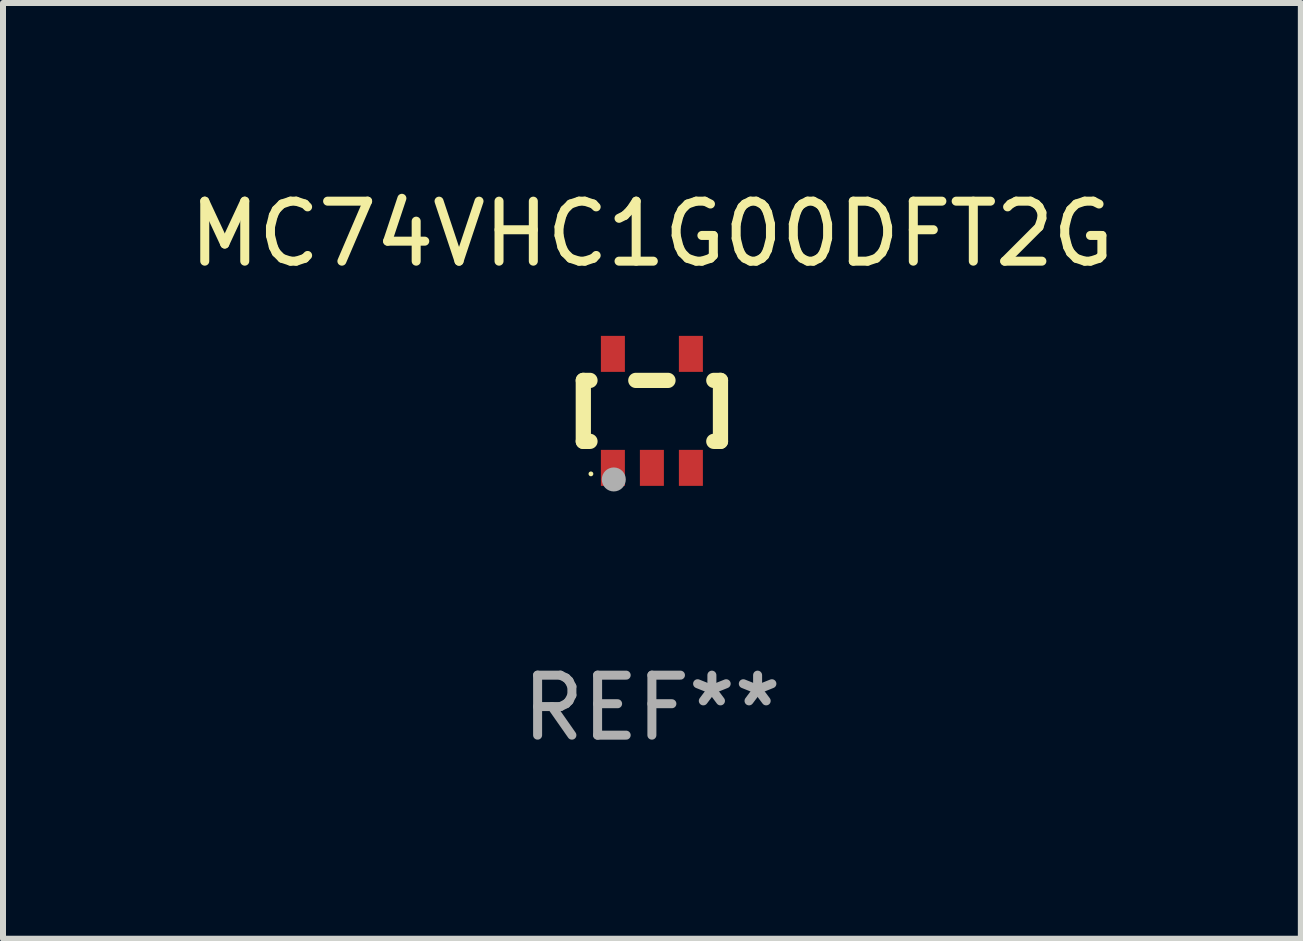
<source format=kicad_pcb>
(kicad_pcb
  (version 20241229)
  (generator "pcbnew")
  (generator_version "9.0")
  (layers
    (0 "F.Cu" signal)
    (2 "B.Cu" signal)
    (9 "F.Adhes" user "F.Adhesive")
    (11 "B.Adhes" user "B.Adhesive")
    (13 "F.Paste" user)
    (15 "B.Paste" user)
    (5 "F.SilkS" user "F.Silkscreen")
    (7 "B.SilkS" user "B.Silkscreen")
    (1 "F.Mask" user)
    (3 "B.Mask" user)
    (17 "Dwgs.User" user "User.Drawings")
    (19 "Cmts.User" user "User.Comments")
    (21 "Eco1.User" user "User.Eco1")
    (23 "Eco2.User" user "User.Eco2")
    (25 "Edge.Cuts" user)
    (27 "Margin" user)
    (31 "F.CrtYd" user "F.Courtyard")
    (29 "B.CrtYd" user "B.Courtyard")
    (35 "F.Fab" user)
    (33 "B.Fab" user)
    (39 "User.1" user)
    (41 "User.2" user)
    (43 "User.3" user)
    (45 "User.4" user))
  (footprint "MC74VHC1G00DFT2G"
    (layer "F.Cu")
    (at 7.815 3.798)
    (property "Reference" "MC74VHC1G00DFT2G" (at 0 -2.95 0) (layer "F.SilkS") (effects (font (size 1 1) (thickness 0.15))))
    (attr through_hole)
    (fp_line (start -1.143 -0.508) (end -1.032 -0.508) (stroke (width 0.254) (type solid)) (layer "F.SilkS"))
    (fp_line (start -1.143 0.508) (end -1.143 -0.508) (stroke (width 0.254) (type solid)) (layer "F.SilkS"))
    (fp_line (start -1.032 0.508) (end -1.143 0.508) (stroke (width 0.254) (type solid)) (layer "F.SilkS"))
    (fp_line (start -0.268 -0.508) (end 0.268 -0.508) (stroke (width 0.254) (type solid)) (layer "F.SilkS"))
    (fp_line (start 1.032 -0.508) (end 1.143 -0.508) (stroke (width 0.254) (type solid)) (layer "F.SilkS"))
    (fp_line (start 1.143 -0.508) (end 1.143 0.508) (stroke (width 0.254) (type solid)) (layer "F.SilkS"))
    (fp_line (start 1.143 0.508) (end 1.032 0.508) (stroke (width 0.254) (type solid)) (layer "F.SilkS"))
    (fp_circle (center -1.016 1.05) (end -0.996 1.05) (stroke (width 0.04) (type solid)) (fill no) (layer "F.SilkS"))
    (fp_circle (center -0.635 1.143) (end -0.535 1.143) (stroke (width 0.2) (type solid)) (fill no) (layer "F.Fab"))
    (fp_text user "REF**" (at 0 4.95 0) (layer "F.Fab") (effects (font (size 1 1) (thickness 0.15))))
    (pad "1" smd rect (at -0.65 0.95) (size 0.4 0.6) (layers "F.Cu" "F.Mask" "F.Paste"))
    (pad "2" smd rect (at 0 0.95) (size 0.4 0.6) (layers "F.Cu" "F.Mask" "F.Paste"))
    (pad "3" smd rect (at 0.65 0.95) (size 0.4 0.6) (layers "F.Cu" "F.Mask" "F.Paste"))
    (pad "4" smd rect (at 0.65 -0.95) (size 0.4 0.6) (layers "F.Cu" "F.Mask" "F.Paste"))
    (pad "5" smd rect (at -0.65 -0.95) (size 0.4 0.6) (layers "F.Cu" "F.Mask" "F.Paste")))
  (gr_rect
    (start -3 -3)
    (end 18.631 12.596)
    (stroke (width 0.1) (type default))
    (fill no)
    (layer "Edge.Cuts")))
</source>
